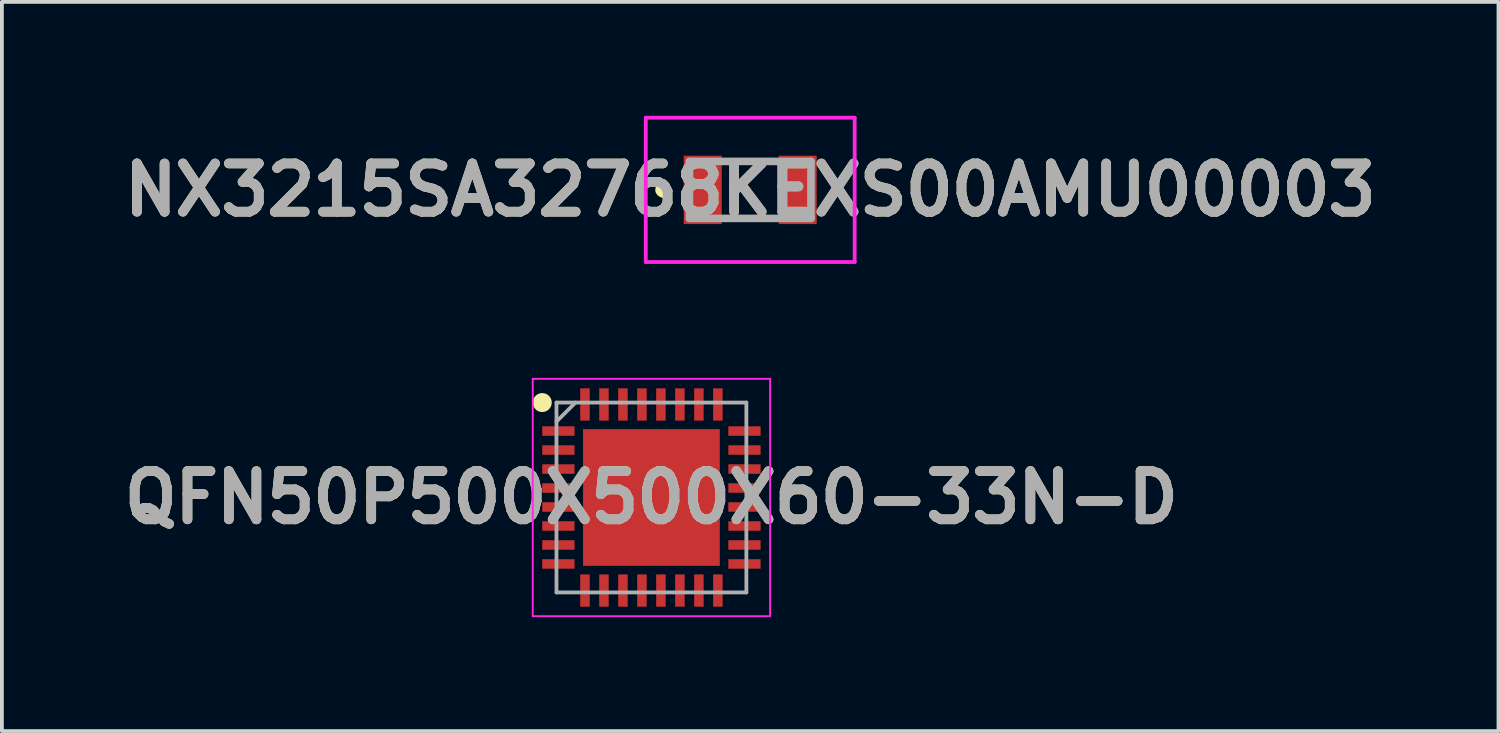
<source format=kicad_pcb>
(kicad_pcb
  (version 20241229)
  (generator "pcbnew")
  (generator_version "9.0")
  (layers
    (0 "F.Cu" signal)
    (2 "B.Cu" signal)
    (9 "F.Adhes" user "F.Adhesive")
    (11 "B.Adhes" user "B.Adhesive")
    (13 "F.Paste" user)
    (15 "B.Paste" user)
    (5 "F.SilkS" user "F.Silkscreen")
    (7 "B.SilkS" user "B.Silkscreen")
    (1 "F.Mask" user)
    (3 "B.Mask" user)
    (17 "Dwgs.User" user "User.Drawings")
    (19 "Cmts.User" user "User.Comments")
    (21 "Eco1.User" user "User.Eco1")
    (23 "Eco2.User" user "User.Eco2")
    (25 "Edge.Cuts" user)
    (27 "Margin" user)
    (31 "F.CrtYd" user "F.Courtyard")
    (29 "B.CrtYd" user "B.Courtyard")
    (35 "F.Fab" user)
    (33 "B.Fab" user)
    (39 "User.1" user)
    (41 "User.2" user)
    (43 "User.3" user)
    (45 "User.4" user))
  (footprint "QFN50P500X500X60-33N-D"
    (layer "F.Cu")
    (at 14.103 10.05)
    (property "Reference" "QFN50P500X500X60-33N-D" (at 0 0 0) (layer "F.SilkS") (effects (font (size 1.27 1.27) (thickness 0.254))))
    (attr smd)
    (fp_circle (center -2.875 -2.5) (end -2.875 -2.375) (stroke (width 0.25) (type solid)) (fill no) (layer "F.SilkS"))
    (fp_line (start -3.125 -3.125) (end 3.125 -3.125) (stroke (width 0.05) (type solid)) (layer "F.CrtYd"))
    (fp_line (start -3.125 3.125) (end -3.125 -3.125) (stroke (width 0.05) (type solid)) (layer "F.CrtYd"))
    (fp_line (start 3.125 -3.125) (end 3.125 3.125) (stroke (width 0.05) (type solid)) (layer "F.CrtYd"))
    (fp_line (start 3.125 3.125) (end -3.125 3.125) (stroke (width 0.05) (type solid)) (layer "F.CrtYd"))
    (fp_line (start -2.5 -2.5) (end 2.5 -2.5) (stroke (width 0.1) (type solid)) (layer "F.Fab"))
    (fp_line (start -2.5 -2) (end -2 -2.5) (stroke (width 0.1) (type solid)) (layer "F.Fab"))
    (fp_line (start -2.5 2.5) (end -2.5 -2.5) (stroke (width 0.1) (type solid)) (layer "F.Fab"))
    (fp_line (start 2.5 -2.5) (end 2.5 2.5) (stroke (width 0.1) (type solid)) (layer "F.Fab"))
    (fp_line (start 2.5 2.5) (end -2.5 2.5) (stroke (width 0.1) (type solid)) (layer "F.Fab"))
    (fp_text user "${REFERENCE}" (at 0 0 0) (layer "F.Fab") (effects (font (size 1.27 1.27) (thickness 0.254))))
    (pad "1" smd rect (at -2.45 -1.75 90) (size 0.25 0.85) (layers "F.Cu" "F.Mask" "F.Paste"))
    (pad "2" smd rect (at -2.45 -1.25 90) (size 0.25 0.85) (layers "F.Cu" "F.Mask" "F.Paste"))
    (pad "3" smd rect (at -2.45 -0.75 90) (size 0.25 0.85) (layers "F.Cu" "F.Mask" "F.Paste"))
    (pad "4" smd rect (at -2.45 -0.25 90) (size 0.25 0.85) (layers "F.Cu" "F.Mask" "F.Paste"))
    (pad "5" smd rect (at -2.45 0.25 90) (size 0.25 0.85) (layers "F.Cu" "F.Mask" "F.Paste"))
    (pad "6" smd rect (at -2.45 0.75 90) (size 0.25 0.85) (layers "F.Cu" "F.Mask" "F.Paste"))
    (pad "7" smd rect (at -2.45 1.25 90) (size 0.25 0.85) (layers "F.Cu" "F.Mask" "F.Paste"))
    (pad "8" smd rect (at -2.45 1.75 90) (size 0.25 0.85) (layers "F.Cu" "F.Mask" "F.Paste"))
    (pad "9" smd rect (at -1.75 2.45) (size 0.25 0.85) (layers "F.Cu" "F.Mask" "F.Paste"))
    (pad "10" smd rect (at -1.25 2.45) (size 0.25 0.85) (layers "F.Cu" "F.Mask" "F.Paste"))
    (pad "11" smd rect (at -0.75 2.45) (size 0.25 0.85) (layers "F.Cu" "F.Mask" "F.Paste"))
    (pad "12" smd rect (at -0.25 2.45) (size 0.25 0.85) (layers "F.Cu" "F.Mask" "F.Paste"))
    (pad "13" smd rect (at 0.25 2.45) (size 0.25 0.85) (layers "F.Cu" "F.Mask" "F.Paste"))
    (pad "14" smd rect (at 0.75 2.45) (size 0.25 0.85) (layers "F.Cu" "F.Mask" "F.Paste"))
    (pad "15" smd rect (at 1.25 2.45) (size 0.25 0.85) (layers "F.Cu" "F.Mask" "F.Paste"))
    (pad "16" smd rect (at 1.75 2.45) (size 0.25 0.85) (layers "F.Cu" "F.Mask" "F.Paste"))
    (pad "17" smd rect (at 2.45 1.75 90) (size 0.25 0.85) (layers "F.Cu" "F.Mask" "F.Paste"))
    (pad "18" smd rect (at 2.45 1.25 90) (size 0.25 0.85) (layers "F.Cu" "F.Mask" "F.Paste"))
    (pad "19" smd rect (at 2.45 0.75 90) (size 0.25 0.85) (layers "F.Cu" "F.Mask" "F.Paste"))
    (pad "20" smd rect (at 2.45 0.25 90) (size 0.25 0.85) (layers "F.Cu" "F.Mask" "F.Paste"))
    (pad "21" smd rect (at 2.45 -0.25 90) (size 0.25 0.85) (layers "F.Cu" "F.Mask" "F.Paste"))
    (pad "22" smd rect (at 2.45 -0.75 90) (size 0.25 0.85) (layers "F.Cu" "F.Mask" "F.Paste"))
    (pad "23" smd rect (at 2.45 -1.25 90) (size 0.25 0.85) (layers "F.Cu" "F.Mask" "F.Paste"))
    (pad "24" smd rect (at 2.45 -1.75 90) (size 0.25 0.85) (layers "F.Cu" "F.Mask" "F.Paste"))
    (pad "25" smd rect (at 1.75 -2.45) (size 0.25 0.85) (layers "F.Cu" "F.Mask" "F.Paste"))
    (pad "26" smd rect (at 1.25 -2.45) (size 0.25 0.85) (layers "F.Cu" "F.Mask" "F.Paste"))
    (pad "27" smd rect (at 0.75 -2.45) (size 0.25 0.85) (layers "F.Cu" "F.Mask" "F.Paste"))
    (pad "28" smd rect (at 0.25 -2.45) (size 0.25 0.85) (layers "F.Cu" "F.Mask" "F.Paste"))
    (pad "29" smd rect (at -0.25 -2.45) (size 0.25 0.85) (layers "F.Cu" "F.Mask" "F.Paste"))
    (pad "30" smd rect (at -0.75 -2.45) (size 0.25 0.85) (layers "F.Cu" "F.Mask" "F.Paste"))
    (pad "31" smd rect (at -1.25 -2.45) (size 0.25 0.85) (layers "F.Cu" "F.Mask" "F.Paste"))
    (pad "32" smd rect (at -1.75 -2.45) (size 0.25 0.85) (layers "F.Cu" "F.Mask" "F.Paste"))
    (pad "33" smd rect (at 0 0) (size 3.6 3.6) (layers "F.Cu" "F.Mask" "F.Paste")))
  (footprint "NX3215SA32768KEXS00AMU00003"
    (layer "F.Cu")
    (at 16.704 1.95)
    (property "Reference" "NX3215SA32768KEXS00AMU00003" (at 0 0 0) (layer "F.SilkS") (effects (font (size 1.27 1.27) (thickness 0.254))))
    (attr smd)
    (fp_line (start -2.3 -0.1) (end -2.3 -0.1) (stroke (width 0.2) (type solid)) (layer "F.SilkS"))
    (fp_line (start -2.3 0.1) (end -2.3 0.1) (stroke (width 0.2) (type solid)) (layer "F.SilkS"))
    (fp_line (start -0.5 -0.75) (end 0.5 -0.75) (stroke (width 0.1) (type solid)) (layer "F.SilkS"))
    (fp_line (start -0.5 0.75) (end 0.5 0.75) (stroke (width 0.1) (type solid)) (layer "F.SilkS"))
    (fp_arc (start -2.3 -0.1) (mid -2.2 0) (end -2.3 0.1) (stroke (width 0.2) (type solid)) (layer "F.SilkS"))
    (fp_arc (start -2.3 0.1) (mid -2.4 0) (end -2.3 -0.1) (stroke (width 0.2) (type solid)) (layer "F.SilkS"))
    (fp_line (start -2.75 -1.9) (end 2.75 -1.9) (stroke (width 0.1) (type solid)) (layer "F.CrtYd"))
    (fp_line (start -2.75 1.9) (end -2.75 -1.9) (stroke (width 0.1) (type solid)) (layer "F.CrtYd"))
    (fp_line (start 2.75 -1.9) (end 2.75 1.9) (stroke (width 0.1) (type solid)) (layer "F.CrtYd"))
    (fp_line (start 2.75 1.9) (end -2.75 1.9) (stroke (width 0.1) (type solid)) (layer "F.CrtYd"))
    (fp_line (start -1.6 -0.75) (end 1.6 -0.75) (stroke (width 0.2) (type solid)) (layer "F.Fab"))
    (fp_line (start -1.6 0.75) (end -1.6 -0.75) (stroke (width 0.2) (type solid)) (layer "F.Fab"))
    (fp_line (start 1.6 -0.75) (end 1.6 0.75) (stroke (width 0.2) (type solid)) (layer "F.Fab"))
    (fp_line (start 1.6 0.75) (end -1.6 0.75) (stroke (width 0.2) (type solid)) (layer "F.Fab"))
    (fp_text user "${REFERENCE}" (at 0 0 0) (layer "F.Fab") (effects (font (size 1.27 1.27) (thickness 0.254))))
    (pad "1" smd rect (at -1.25 0) (size 1 1.8) (layers "F.Cu" "F.Mask" "F.Paste"))
    (pad "2" smd rect (at 1.25 0) (size 1 1.8) (layers "F.Cu" "F.Mask" "F.Paste")))
  (gr_rect
    (start -3 -3)
    (end 36.407 16.2)
    (stroke (width 0.1) (type default))
    (fill no)
    (layer "Edge.Cuts")))
</source>
